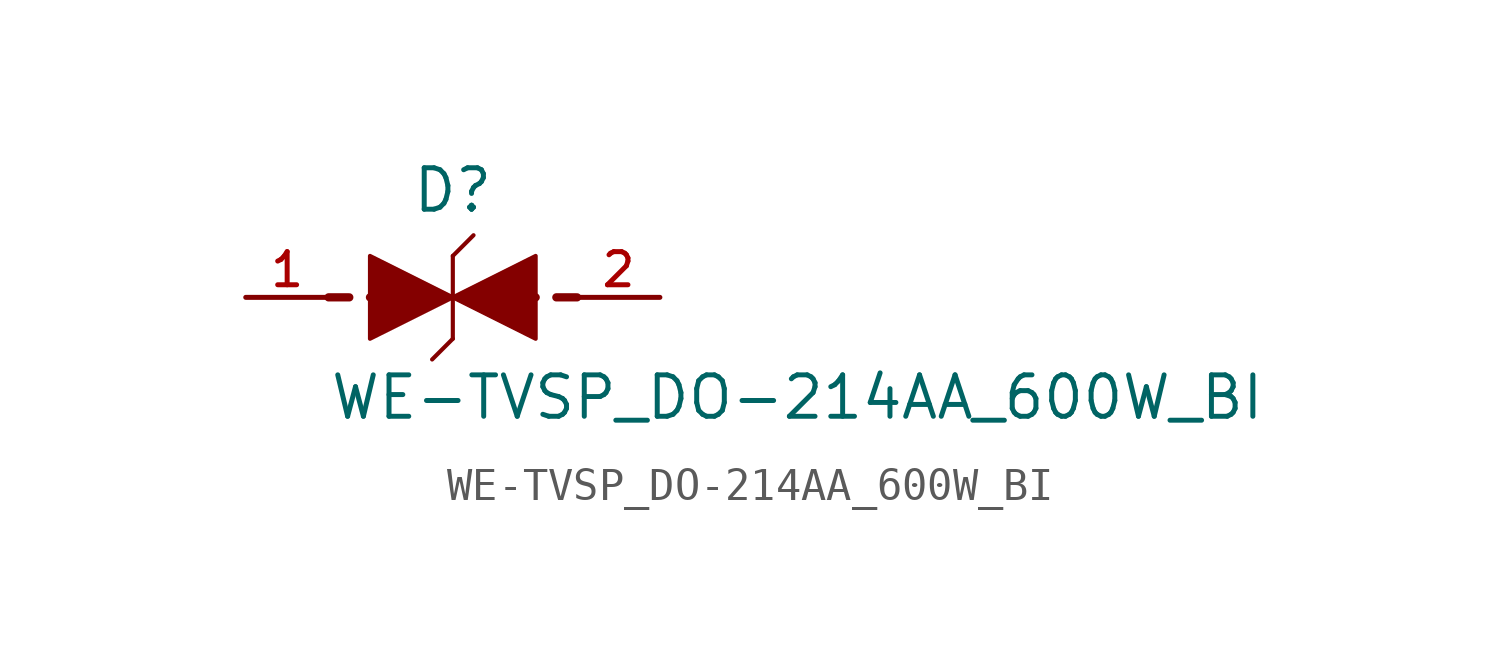
<source format=kicad_sym>
(kicad_symbol_lib
  (version 20211014)
  (generator kicad_symbol_editor)
  (symbol "WE-TVSP_DO-214AA_600W_BI"
    (pin_names
      (offset 1.016))
    (property "Reference" "D"
      (at 1.27 2.54 0)
      (effects (font (size 1.27 1.27)) (justify bottom)))
    (property "Value" "WE-TVSP_DO-214AA_600W_BI"
      (at -2.54 -3.81 0)
      (effects (font (size 1.27 1.27)) (justify bottom left)))
    (symbol "WE-TVSP_DO-214AA_600W_BI_0_0"
      (polyline (pts (xy -1.27 1.27) (xy -1.27 -1.27) (xy 1.27 0.0) (xy -1.27 1.27)) (stroke (width 0.127)) (fill (type outline)))
      (polyline (pts (xy 3.81 -1.27) (xy 3.81 1.27) (xy 1.27 0.0) (xy 3.81 -1.27)) (stroke (width 0.127)) (fill (type outline)))
      (polyline (pts (xy 1.905 1.905) (xy 1.27 1.27)) (stroke (width 0.127)))
      (polyline (pts (xy 1.27 1.27) (xy 1.27 -1.27)) (stroke (width 0.127)))
      (polyline (pts (xy 1.27 -1.27) (xy 0.635 -1.905)) (stroke (width 0.127)))
      (polyline (pts (xy -2.54 0.0) (xy -1.905 0.0)) (stroke (width 0.254)))
      (polyline (pts (xy -0.635 0.0) (xy -1.27 0.0)) (stroke (width 0.254)))
      (polyline (pts (xy 5.08 0.0) (xy 4.445 0.0)) (stroke (width 0.254)))
      (polyline (pts (xy 3.175 0.0) (xy 3.81 0.0)) (stroke (width 0.254)))
      (pin passive line (at -5.08 0.0 0) (length 2.54) (name "~" (effects (font (size 1.016 1.016)))) (number "1" (effects (font (size 1.016 1.016)))))
      (pin passive line (at 7.62 0.0 180.0) (length 2.54) (name "~" (effects (font (size 1.016 1.016)))) (number "2" (effects (font (size 1.016 1.016))))))))
</source>
